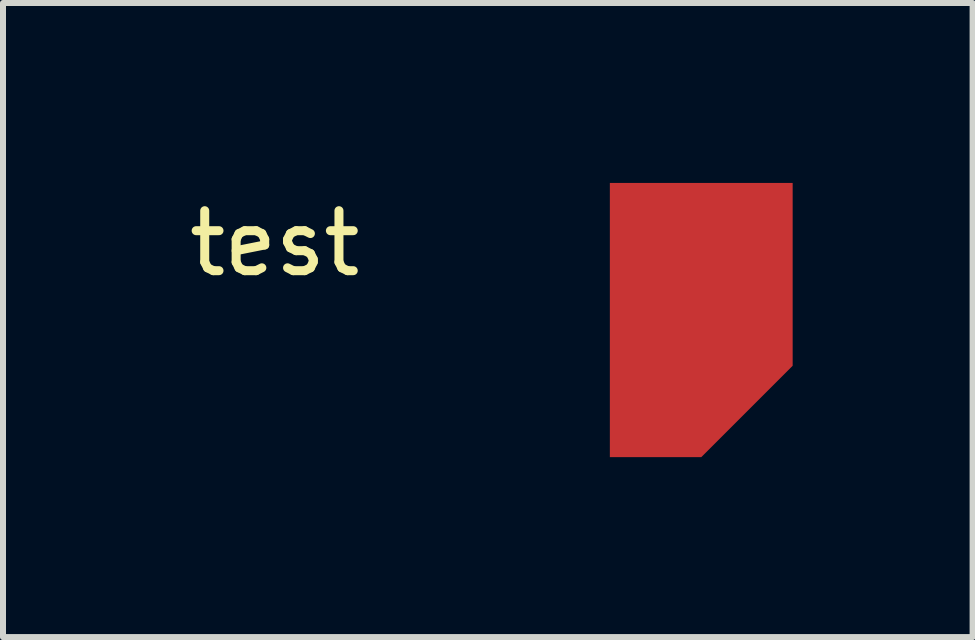
<source format=kicad_pcb>
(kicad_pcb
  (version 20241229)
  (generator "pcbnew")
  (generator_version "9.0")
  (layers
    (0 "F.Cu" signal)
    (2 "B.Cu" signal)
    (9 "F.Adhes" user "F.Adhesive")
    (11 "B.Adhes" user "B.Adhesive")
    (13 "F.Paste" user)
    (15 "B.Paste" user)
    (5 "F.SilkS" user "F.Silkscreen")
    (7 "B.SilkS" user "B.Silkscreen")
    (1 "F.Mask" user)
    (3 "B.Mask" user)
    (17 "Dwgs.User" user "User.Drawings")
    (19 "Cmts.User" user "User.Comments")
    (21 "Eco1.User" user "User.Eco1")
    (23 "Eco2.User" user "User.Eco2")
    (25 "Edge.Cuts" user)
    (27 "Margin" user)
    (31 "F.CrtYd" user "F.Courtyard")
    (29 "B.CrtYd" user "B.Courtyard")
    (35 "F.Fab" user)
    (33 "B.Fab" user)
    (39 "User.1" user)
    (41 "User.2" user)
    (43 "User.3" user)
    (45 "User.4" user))
  (footprint "test"
    (layer "F.Cu")
    (at 7.626 0.508)
    (property "Reference" "test" (at -6.096 0.5 0) (layer "F.SilkS") (effects (font (size 1 1) (thickness 0.15))))
    (attr through_hole)
    (pad "1" smd custom (at 0.508 0.508) (size 1.524 1.524) (layers "F.Cu" "F.Mask" "F.Paste") (options (anchor rect)) (primitives (gr_poly (pts (xy -1.016 -1.016) (xy 2.032 -1.016) (xy 2.032 2.032) (xy 0.508 3.556) (xy -1.016 3.556)) (width 0) (fill yes)))))
  (gr_rect
    (start -3 -3)
    (end 13.166 7.572)
    (stroke (width 0.1) (type default))
    (fill no)
    (layer "Edge.Cuts")))
</source>
